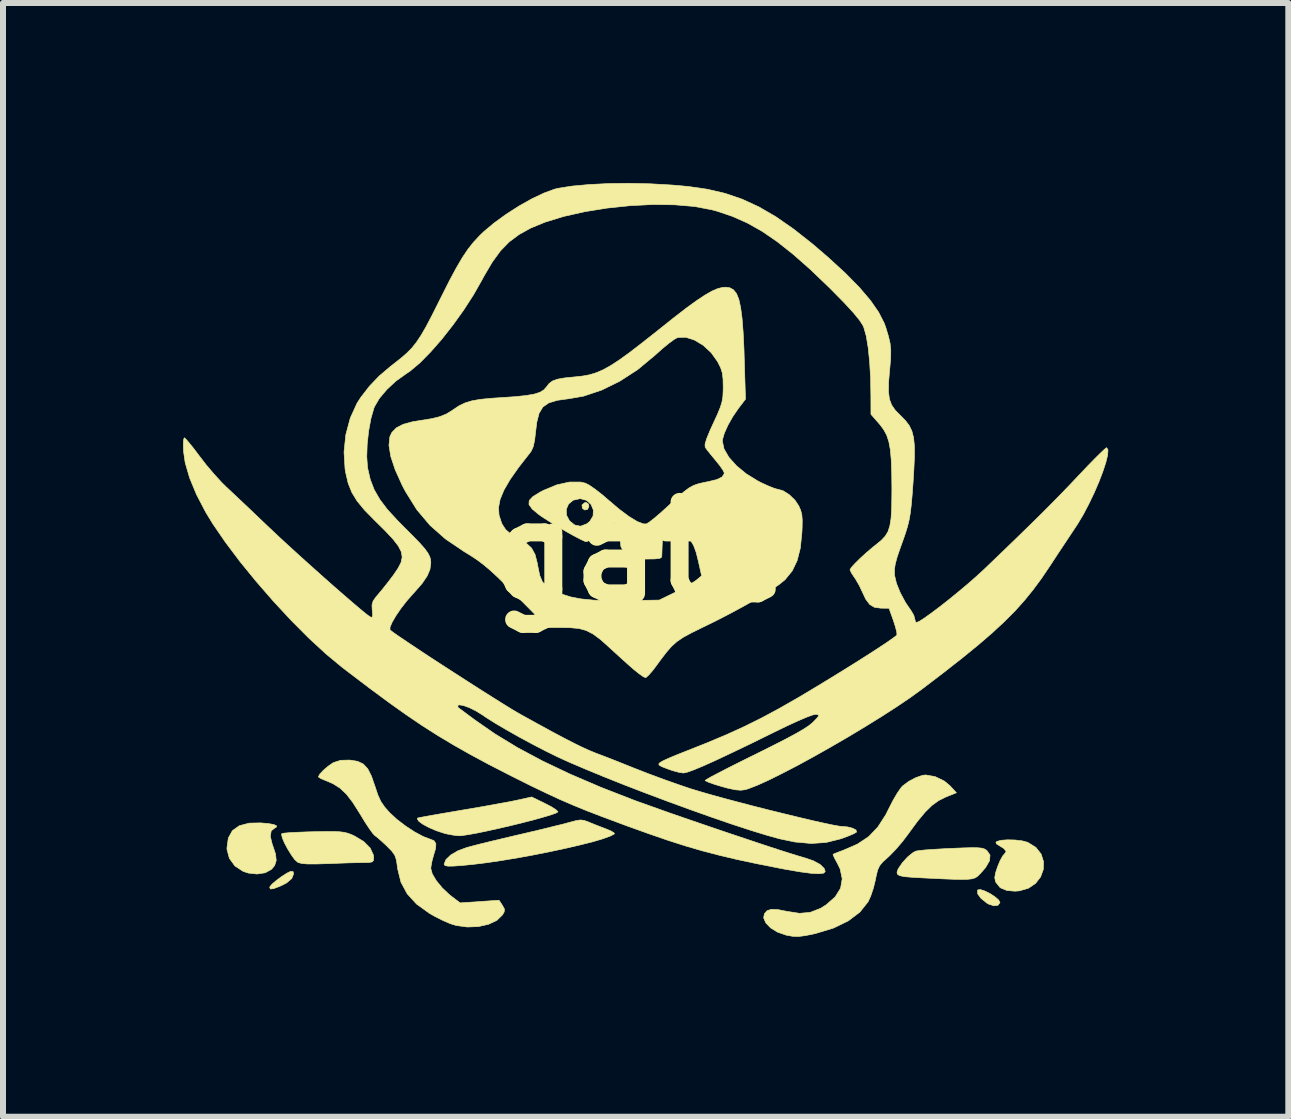
<source format=kicad_pcb>
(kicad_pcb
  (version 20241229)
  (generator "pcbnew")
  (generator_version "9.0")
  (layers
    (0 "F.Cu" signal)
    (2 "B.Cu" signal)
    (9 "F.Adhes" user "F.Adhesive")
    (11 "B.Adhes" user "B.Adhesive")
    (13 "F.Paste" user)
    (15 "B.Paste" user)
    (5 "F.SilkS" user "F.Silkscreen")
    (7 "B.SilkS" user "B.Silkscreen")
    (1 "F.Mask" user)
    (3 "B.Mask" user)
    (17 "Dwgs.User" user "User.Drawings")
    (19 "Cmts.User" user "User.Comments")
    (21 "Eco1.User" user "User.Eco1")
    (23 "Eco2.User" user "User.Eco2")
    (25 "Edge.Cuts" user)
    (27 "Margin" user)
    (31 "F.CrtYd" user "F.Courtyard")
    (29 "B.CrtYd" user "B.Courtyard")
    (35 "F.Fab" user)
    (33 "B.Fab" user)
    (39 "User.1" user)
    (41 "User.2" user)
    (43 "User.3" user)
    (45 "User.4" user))
  (footprint "gate"
    (layer "F.Cu")
    (at 7.622 6.149)
    (property "Reference" "gate" (at 0 0 0) (layer "F.SilkS") (effects (font (size 1.524 1.524) (thickness 0.3))))
    (fp_poly (pts (xy -0.866 -0.799) (xy -0.857 -0.762) (xy -0.88 -0.711) (xy -0.928 -0.7) (xy -0.968 -0.73) (xy -0.973 -0.784) (xy -0.931 -0.821) (xy -0.903 -0.826) (xy -0.866 -0.799)) (stroke (width 0.01) (type solid)) (fill yes) (layer "F.SilkS"))
    (fp_poly (pts (xy -5.779 5.362) (xy -5.81 5.441) (xy -5.9 5.517) (xy -6.009 5.571) (xy -6.111 5.609) (xy -6.165 5.616) (xy -6.177 5.592) (xy -6.173 5.576) (xy -6.137 5.533) (xy -6.065 5.472) (xy -5.977 5.407) (xy -5.891 5.352) (xy -5.834 5.324) (xy -5.789 5.324) (xy -5.779 5.362)) (stroke (width 0.01) (type solid)) (fill yes) (layer "F.SilkS"))
    (fp_poly (pts (xy 5.739 5.649) (xy 5.826 5.692) (xy 5.909 5.746) (xy 5.97 5.799) (xy 5.992 5.841) (xy 5.992 5.842) (xy 5.958 5.887) (xy 5.89 5.895) (xy 5.802 5.867) (xy 5.77 5.848) (xy 5.674 5.77) (xy 5.621 5.697) (xy 5.618 5.64) (xy 5.623 5.631) (xy 5.666 5.625) (xy 5.739 5.649)) (stroke (width 0.01) (type solid)) (fill yes) (layer "F.SilkS"))
    (fp_poly (pts (xy -6.201 4.525) (xy -6.108 4.542) (xy -6.062 4.564) (xy -6.069 4.586) (xy -6.088 4.595) (xy -6.152 4.646) (xy -6.168 4.737) (xy -6.136 4.868) (xy -6.128 4.889) (xy -6.08 5.034) (xy -6.069 5.142) (xy -6.096 5.226) (xy -6.148 5.288) (xy -6.252 5.345) (xy -6.388 5.366) (xy -6.535 5.35) (xy -6.621 5.321) (xy -6.757 5.232) (xy -6.849 5.106) (xy -6.889 4.958) (xy -6.89 4.932) (xy -6.867 4.766) (xy -6.799 4.643) (xy -6.683 4.561) (xy -6.52 4.518) (xy -6.332 4.514) (xy -6.201 4.525)) (stroke (width 0.01) (type solid)) (fill yes) (layer "F.SilkS"))
    (fp_poly (pts (xy 6.242 4.799) (xy 6.361 4.813) (xy 6.452 4.837) (xy 6.454 4.838) (xy 6.591 4.923) (xy 6.678 5.034) (xy 6.718 5.16) (xy 6.714 5.29) (xy 6.669 5.414) (xy 6.585 5.522) (xy 6.466 5.603) (xy 6.313 5.647) (xy 6.238 5.652) (xy 6.105 5.64) (xy 6.009 5.6) (xy 5.989 5.586) (xy 5.919 5.498) (xy 5.905 5.427) (xy 5.918 5.349) (xy 5.951 5.248) (xy 5.993 5.146) (xy 6.037 5.065) (xy 6.068 5.03) (xy 6.095 4.99) (xy 6.059 4.942) (xy 5.996 4.903) (xy 5.934 4.864) (xy 5.925 4.837) (xy 5.941 4.823) (xy 6.009 4.804) (xy 6.117 4.796) (xy 6.242 4.799)) (stroke (width 0.01) (type solid)) (fill yes) (layer "F.SilkS"))
    (fp_poly (pts (xy -5.01 4.662) (xy -4.933 4.672) (xy -4.87 4.688) (xy -4.807 4.713) (xy -4.76 4.735) (xy -4.609 4.826) (xy -4.503 4.933) (xy -4.45 5.048) (xy -4.445 5.093) (xy -4.449 5.141) (xy -4.473 5.165) (xy -4.531 5.174) (xy -4.615 5.175) (xy -4.712 5.177) (xy -4.854 5.18) (xy -5.023 5.186) (xy -5.199 5.193) (xy -5.21 5.193) (xy -5.403 5.199) (xy -5.542 5.199) (xy -5.638 5.191) (xy -5.699 5.176) (xy -5.712 5.169) (xy -5.76 5.126) (xy -5.817 5.047) (xy -5.877 4.95) (xy -5.93 4.851) (xy -5.967 4.764) (xy -5.98 4.706) (xy -5.976 4.693) (xy -5.938 4.685) (xy -5.848 4.677) (xy -5.717 4.67) (xy -5.556 4.664) (xy -5.445 4.661) (xy -5.253 4.658) (xy -5.112 4.658) (xy -5.01 4.662)) (stroke (width 0.01) (type solid)) (fill yes) (layer "F.SilkS"))
    (fp_poly (pts (xy 5.615 4.928) (xy 5.682 4.934) (xy 5.728 4.946) (xy 5.761 4.965) (xy 5.774 4.975) (xy 5.826 5.05) (xy 5.818 5.144) (xy 5.751 5.26) (xy 5.684 5.337) (xy 5.646 5.377) (xy 5.613 5.408) (xy 5.575 5.431) (xy 5.526 5.446) (xy 5.456 5.454) (xy 5.359 5.456) (xy 5.225 5.454) (xy 5.048 5.447) (xy 4.817 5.436) (xy 4.715 5.431) (xy 4.531 5.421) (xy 4.403 5.41) (xy 4.323 5.394) (xy 4.283 5.37) (xy 4.276 5.336) (xy 4.293 5.289) (xy 4.299 5.276) (xy 4.365 5.179) (xy 4.452 5.083) (xy 4.542 5.01) (xy 4.588 4.985) (xy 4.64 4.976) (xy 4.743 4.965) (xy 4.886 4.955) (xy 5.055 4.945) (xy 5.177 4.939) (xy 5.372 4.931) (xy 5.515 4.927) (xy 5.615 4.928)) (stroke (width 0.01) (type solid)) (fill yes) (layer "F.SilkS"))
    (fp_poly (pts (xy -1.588 4.191) (xy -1.484 4.245) (xy -1.409 4.293) (xy -1.375 4.326) (xy -1.375 4.331) (xy -1.409 4.351) (xy -1.496 4.382) (xy -1.624 4.42) (xy -1.785 4.465) (xy -1.968 4.512) (xy -2.164 4.56) (xy -2.362 4.606) (xy -2.552 4.648) (xy -2.725 4.684) (xy -2.87 4.71) (xy -2.977 4.726) (xy -3.024 4.729) (xy -3.121 4.718) (xy -3.237 4.696) (xy -3.27 4.687) (xy -3.401 4.644) (xy -3.522 4.592) (xy -3.623 4.538) (xy -3.692 4.488) (xy -3.718 4.448) (xy -3.711 4.433) (xy -3.678 4.425) (xy -3.591 4.409) (xy -3.459 4.385) (xy -3.292 4.356) (xy -3.099 4.323) (xy -3 4.306) (xy -2.779 4.269) (xy -2.563 4.231) (xy -2.366 4.195) (xy -2.2 4.165) (xy -2.08 4.141) (xy -2.057 4.136) (xy -1.812 4.082) (xy -1.588 4.191)) (stroke (width 0.01) (type solid)) (fill yes) (layer "F.SilkS"))
    (fp_poly (pts (xy -0.937 4.473) (xy -0.865 4.499) (xy -0.849 4.506) (xy -0.733 4.553) (xy -0.602 4.603) (xy -0.561 4.619) (xy -0.48 4.654) (xy -0.436 4.684) (xy -0.434 4.698) (xy -0.502 4.734) (xy -0.624 4.778) (xy -0.792 4.828) (xy -0.998 4.88) (xy -1.234 4.935) (xy -1.49 4.99) (xy -1.759 5.044) (xy -2.032 5.094) (xy -2.301 5.139) (xy -2.557 5.177) (xy -2.792 5.206) (xy -2.977 5.224) (xy -3.116 5.234) (xy -3.204 5.235) (xy -3.251 5.227) (xy -3.269 5.21) (xy -3.27 5.2) (xy -3.241 5.126) (xy -3.161 5.049) (xy -3.041 4.979) (xy -2.893 4.924) (xy -2.892 4.924) (xy -2.796 4.898) (xy -2.652 4.861) (xy -2.472 4.817) (xy -2.27 4.769) (xy -2.06 4.719) (xy -2.032 4.713) (xy -1.823 4.664) (xy -1.621 4.616) (xy -1.44 4.571) (xy -1.292 4.535) (xy -1.192 4.508) (xy -1.182 4.505) (xy -1.072 4.476) (xy -0.998 4.465) (xy -0.937 4.473)) (stroke (width 0.01) (type solid)) (fill yes) (layer "F.SilkS"))
    (fp_poly (pts (xy 4.912 3.743) (xy 5.065 3.817) (xy 5.161 3.898) (xy 5.266 4.012) (xy 5.086 4.084) (xy 4.97 4.142) (xy 4.859 4.222) (xy 4.745 4.334) (xy 4.619 4.485) (xy 4.473 4.684) (xy 4.466 4.694) (xy 4.367 4.825) (xy 4.256 4.955) (xy 4.153 5.061) (xy 4.127 5.085) (xy 4.04 5.163) (xy 3.987 5.227) (xy 3.953 5.3) (xy 3.928 5.404) (xy 3.917 5.461) (xy 3.883 5.599) (xy 3.838 5.733) (xy 3.794 5.829) (xy 3.657 6.001) (xy 3.464 6.147) (xy 3.217 6.267) (xy 2.919 6.357) (xy 2.899 6.362) (xy 2.747 6.393) (xy 2.634 6.407) (xy 2.538 6.404) (xy 2.437 6.386) (xy 2.424 6.383) (xy 2.284 6.334) (xy 2.17 6.264) (xy 2.09 6.181) (xy 2.054 6.097) (xy 2.066 6.029) (xy 2.111 5.977) (xy 2.183 5.954) (xy 2.292 5.959) (xy 2.445 5.989) (xy 2.651 6.021) (xy 2.83 6.005) (xy 3 5.939) (xy 3.095 5.88) (xy 3.246 5.747) (xy 3.336 5.602) (xy 3.363 5.446) (xy 3.328 5.281) (xy 3.282 5.187) (xy 3.238 5.106) (xy 3.213 5.051) (xy 3.211 5.037) (xy 3.245 5.022) (xy 3.32 4.993) (xy 3.381 4.97) (xy 3.616 4.868) (xy 3.804 4.743) (xy 3.957 4.583) (xy 4.089 4.378) (xy 4.143 4.27) (xy 4.211 4.137) (xy 4.282 4.016) (xy 4.344 3.927) (xy 4.369 3.899) (xy 4.469 3.824) (xy 4.587 3.761) (xy 4.7 3.722) (xy 4.754 3.715) (xy 4.912 3.743)) (stroke (width 0.01) (type solid)) (fill yes) (layer "F.SilkS"))
    (fp_poly (pts (xy -4.836 3.468) (xy -4.712 3.488) (xy -4.618 3.533) (xy -4.544 3.612) (xy -4.482 3.735) (xy -4.424 3.902) (xy -4.375 4.049) (xy -4.325 4.158) (xy -4.261 4.251) (xy -4.18 4.343) (xy -4.06 4.454) (xy -3.915 4.565) (xy -3.762 4.665) (xy -3.62 4.741) (xy -3.514 4.781) (xy -3.44 4.81) (xy -3.408 4.861) (xy -3.414 4.945) (xy -3.442 5.037) (xy -3.472 5.145) (xy -3.49 5.243) (xy -3.493 5.274) (xy -3.468 5.365) (xy -3.401 5.477) (xy -3.302 5.598) (xy -3.181 5.712) (xy -3.144 5.741) (xy -3.004 5.847) (xy -2.356 5.803) (xy -2.301 5.886) (xy -2.266 5.95) (xy -2.27 5.998) (xy -2.299 6.048) (xy -2.393 6.139) (xy -2.532 6.204) (xy -2.701 6.242) (xy -2.885 6.249) (xy -3.069 6.224) (xy -3.167 6.194) (xy -3.288 6.142) (xy -3.425 6.073) (xy -3.516 6.021) (xy -3.73 5.867) (xy -3.886 5.696) (xy -3.99 5.503) (xy -4.046 5.278) (xy -4.05 5.243) (xy -4.066 5.133) (xy -4.092 5.055) (xy -4.14 4.987) (xy -4.223 4.902) (xy -4.228 4.897) (xy -4.314 4.817) (xy -4.387 4.754) (xy -4.429 4.722) (xy -4.462 4.686) (xy -4.519 4.607) (xy -4.592 4.496) (xy -4.672 4.364) (xy -4.674 4.361) (xy -4.793 4.173) (xy -4.9 4.034) (xy -5.008 3.933) (xy -5.126 3.859) (xy -5.247 3.808) (xy -5.322 3.777) (xy -5.363 3.75) (xy -5.366 3.745) (xy -5.342 3.7) (xy -5.282 3.636) (xy -5.203 3.569) (xy -5.123 3.514) (xy -5.111 3.508) (xy -4.996 3.471) (xy -4.851 3.467) (xy -4.836 3.468)) (stroke (width 0.01) (type solid)) (fill yes) (layer "F.SilkS"))
    (fp_poly (pts (xy 1.491 -4.403) (xy 1.551 -4.37) (xy 1.601 -4.307) (xy 1.64 -4.211) (xy 1.67 -4.075) (xy 1.694 -3.894) (xy 1.712 -3.663) (xy 1.726 -3.377) (xy 1.731 -3.202) (xy 1.751 -2.547) (xy 1.633 -2.393) (xy 1.54 -2.257) (xy 1.459 -2.114) (xy 1.399 -1.981) (xy 1.368 -1.874) (xy 1.366 -1.846) (xy 1.394 -1.717) (xy 1.475 -1.578) (xy 1.601 -1.437) (xy 1.764 -1.303) (xy 1.955 -1.185) (xy 2.015 -1.154) (xy 2.127 -1.103) (xy 2.219 -1.066) (xy 2.276 -1.048) (xy 2.281 -1.048) (xy 2.375 -1.022) (xy 2.48 -0.956) (xy 2.576 -0.864) (xy 2.639 -0.769) (xy 2.671 -0.695) (xy 2.69 -0.621) (xy 2.697 -0.53) (xy 2.695 -0.404) (xy 2.691 -0.323) (xy 2.665 -0.065) (xy 2.612 0.143) (xy 2.531 0.313) (xy 2.416 0.455) (xy 2.405 0.466) (xy 2.31 0.543) (xy 2.165 0.642) (xy 1.979 0.756) (xy 1.76 0.881) (xy 1.517 1.013) (xy 1.258 1.147) (xy 1.035 1.256) (xy 0.854 1.345) (xy 0.717 1.419) (xy 0.61 1.491) (xy 0.52 1.571) (xy 0.432 1.672) (xy 0.332 1.803) (xy 0.287 1.865) (xy 0.21 1.968) (xy 0.143 2.046) (xy 0.096 2.089) (xy 0.085 2.094) (xy 0.043 2.074) (xy -0.03 2.022) (xy -0.108 1.959) (xy -0.201 1.878) (xy -0.321 1.77) (xy -0.448 1.654) (xy -0.513 1.594) (xy -0.663 1.46) (xy -0.788 1.367) (xy -0.904 1.307) (xy -1.028 1.274) (xy -1.174 1.261) (xy -1.27 1.259) (xy -1.54 1.258) (xy -2.064 0.73) (xy -2.242 0.552) (xy -2.386 0.412) (xy -2.507 0.301) (xy -2.613 0.212) (xy -2.715 0.135) (xy -2.823 0.063) (xy -2.937 -0.007) (xy -3.248 -0.217) (xy -3.506 -0.445) (xy -3.725 -0.704) (xy -3.748 -0.741) (xy -2.364 -0.741) (xy -2.356 -0.615) (xy -2.316 -0.491) (xy -2.302 -0.46) (xy -2.245 -0.373) (xy -2.161 -0.301) (xy -2.049 -0.236) (xy -1.909 -0.153) (xy -1.815 -0.067) (xy -1.756 0.04) (xy -1.718 0.187) (xy -1.709 0.239) (xy -1.678 0.389) (xy -1.635 0.493) (xy -1.568 0.568) (xy -1.468 0.631) (xy -1.456 0.637) (xy -1.312 0.701) (xy -1.159 0.749) (xy -0.986 0.782) (xy -0.782 0.802) (xy -0.535 0.811) (xy -0.28 0.81) (xy 0.314 0.801) (xy 0.578 0.672) (xy 0.707 0.605) (xy 0.824 0.539) (xy 0.91 0.485) (xy 0.931 0.47) (xy 1.02 0.396) (xy 0.967 0.158) (xy 0.929 0.006) (xy 0.887 -0.108) (xy 0.829 -0.206) (xy 0.743 -0.313) (xy 0.708 -0.352) (xy 0.604 -0.445) (xy 0.515 -0.478) (xy 0.445 -0.451) (xy 0.396 -0.365) (xy 0.368 -0.223) (xy 0.364 -0.143) (xy 0.36 -0.035) (xy 0.357 0.05) (xy 0.354 0.085) (xy 0.325 0.105) (xy 0.242 0.115) (xy 0.1 0.117) (xy 0.073 0.117) (xy -0.06 0.113) (xy -0.146 0.106) (xy -0.199 0.09) (xy -0.236 0.06) (xy -0.272 0.011) (xy -0.276 0.004) (xy -0.326 -0.093) (xy -0.334 -0.19) (xy -0.33 -0.222) (xy -0.325 -0.354) (xy -0.359 -0.438) (xy -0.424 -0.473) (xy -0.515 -0.457) (xy -0.626 -0.388) (xy -0.706 -0.316) (xy -0.81 -0.22) (xy -0.883 -0.176) (xy -0.917 -0.174) (xy -0.996 -0.211) (xy -1.113 -0.272) (xy -1.252 -0.35) (xy -1.398 -0.436) (xy -1.534 -0.519) (xy -1.647 -0.592) (xy -1.7 -0.63) (xy -1.797 -0.712) (xy -1.235 -0.712) (xy -1.231 -0.613) (xy -1.181 -0.519) (xy -1.095 -0.45) (xy -0.997 -0.43) (xy -0.893 -0.47) (xy -0.844 -0.51) (xy -0.789 -0.6) (xy -0.784 -0.7) (xy -0.822 -0.792) (xy -0.897 -0.861) (xy -1.001 -0.889) (xy -1.005 -0.889) (xy -1.119 -0.864) (xy -1.197 -0.8) (xy -1.235 -0.712) (xy -1.797 -0.712) (xy -1.805 -0.719) (xy -1.857 -0.792) (xy -1.853 -0.858) (xy -1.793 -0.923) (xy -1.673 -0.997) (xy -1.618 -1.026) (xy -1.393 -1.119) (xy -1.183 -1.166) (xy -0.998 -1.166) (xy -0.916 -1.147) (xy -0.848 -1.111) (xy -0.748 -1.042) (xy -0.632 -0.951) (xy -0.538 -0.87) (xy -0.352 -0.712) (xy -0.188 -0.59) (xy -0.053 -0.508) (xy 0.05 -0.469) (xy 0.099 -0.468) (xy 0.144 -0.495) (xy 0.224 -0.557) (xy 0.329 -0.646) (xy 0.449 -0.754) (xy 0.481 -0.784) (xy 0.62 -0.913) (xy 0.726 -1.005) (xy 0.81 -1.068) (xy 0.887 -1.11) (xy 0.969 -1.138) (xy 1.068 -1.161) (xy 1.127 -1.172) (xy 1.272 -1.207) (xy 1.359 -1.249) (xy 1.395 -1.302) (xy 1.397 -1.319) (xy 1.377 -1.362) (xy 1.326 -1.437) (xy 1.254 -1.526) (xy 1.252 -1.529) (xy 1.175 -1.622) (xy 1.112 -1.7) (xy 1.079 -1.748) (xy 1.077 -1.798) (xy 1.105 -1.891) (xy 1.163 -2.032) (xy 1.215 -2.145) (xy 1.285 -2.297) (xy 1.331 -2.409) (xy 1.359 -2.5) (xy 1.374 -2.586) (xy 1.379 -2.686) (xy 1.38 -2.746) (xy 1.377 -2.884) (xy 1.365 -2.984) (xy 1.338 -3.069) (xy 1.29 -3.165) (xy 1.286 -3.173) (xy 1.18 -3.321) (xy 1.048 -3.444) (xy 0.901 -3.532) (xy 0.755 -3.579) (xy 0.621 -3.575) (xy 0.567 -3.546) (xy 0.479 -3.482) (xy 0.369 -3.392) (xy 0.248 -3.284) (xy 0.233 -3.271) (xy -0.045 -3.04) (xy -0.343 -2.847) (xy -0.647 -2.698) (xy -0.949 -2.597) (xy -1.191 -2.555) (xy -1.386 -2.528) (xy -1.527 -2.485) (xy -1.625 -2.417) (xy -1.688 -2.313) (xy -1.726 -2.166) (xy -1.745 -2.015) (xy -1.763 -1.86) (xy -1.787 -1.753) (xy -1.821 -1.679) (xy -1.838 -1.656) (xy -2.027 -1.414) (xy -2.172 -1.208) (xy -2.274 -1.032) (xy -2.338 -0.878) (xy -2.364 -0.741) (xy -3.748 -0.741) (xy -3.914 -1.007) (xy -3.969 -1.111) (xy -4.086 -1.37) (xy -4.16 -1.593) (xy -4.19 -1.778) (xy -4.175 -1.922) (xy -4.141 -1.993) (xy -4.066 -2.07) (xy -3.954 -2.128) (xy -3.796 -2.171) (xy -3.661 -2.193) (xy -3.479 -2.222) (xy -3.342 -2.256) (xy -3.234 -2.3) (xy -3.136 -2.36) (xy -3.119 -2.372) (xy -3.023 -2.436) (xy -2.924 -2.484) (xy -2.81 -2.519) (xy -2.669 -2.544) (xy -2.487 -2.562) (xy -2.319 -2.573) (xy -2.084 -2.589) (xy -1.904 -2.608) (xy -1.771 -2.631) (xy -1.676 -2.661) (xy -1.611 -2.7) (xy -1.567 -2.749) (xy -1.52 -2.809) (xy -1.463 -2.851) (xy -1.382 -2.88) (xy -1.264 -2.901) (xy -1.096 -2.918) (xy -1.094 -2.918) (xy -0.966 -2.932) (xy -0.85 -2.953) (xy -0.738 -2.987) (xy -0.623 -3.036) (xy -0.498 -3.105) (xy -0.355 -3.198) (xy -0.187 -3.319) (xy 0.012 -3.472) (xy 0.252 -3.661) (xy 0.308 -3.706) (xy 0.557 -3.904) (xy 0.764 -4.064) (xy 0.935 -4.188) (xy 1.075 -4.281) (xy 1.19 -4.347) (xy 1.285 -4.388) (xy 1.366 -4.409) (xy 1.419 -4.413) (xy 1.491 -4.403)) (stroke (width 0.01) (type solid)) (fill yes) (layer "F.SilkS"))
    (fp_poly (pts (xy 0.169 -6.136) (xy 0.52 -6.116) (xy 0.794 -6.092) (xy 1.113 -6.046) (xy 1.411 -5.977) (xy 1.695 -5.88) (xy 1.975 -5.751) (xy 2.259 -5.586) (xy 2.555 -5.38) (xy 2.872 -5.13) (xy 3.127 -4.911) (xy 3.415 -4.647) (xy 3.649 -4.409) (xy 3.833 -4.193) (xy 3.97 -3.996) (xy 4.064 -3.812) (xy 4.09 -3.739) (xy 4.134 -3.593) (xy 4.161 -3.476) (xy 4.172 -3.365) (xy 4.171 -3.238) (xy 4.157 -3.074) (xy 4.153 -3.035) (xy 4.136 -2.828) (xy 4.134 -2.669) (xy 4.15 -2.547) (xy 4.187 -2.449) (xy 4.248 -2.361) (xy 4.337 -2.271) (xy 4.418 -2.189) (xy 4.48 -2.107) (xy 4.524 -2.016) (xy 4.552 -1.907) (xy 4.566 -1.77) (xy 4.567 -1.596) (xy 4.557 -1.375) (xy 4.545 -1.176) (xy 4.529 -0.956) (xy 4.514 -0.786) (xy 4.498 -0.65) (xy 4.478 -0.534) (xy 4.451 -0.423) (xy 4.414 -0.304) (xy 4.364 -0.162) (xy 4.334 -0.079) (xy 4.279 0.081) (xy 4.247 0.2) (xy 4.233 0.294) (xy 4.235 0.382) (xy 4.236 0.392) (xy 4.267 0.523) (xy 4.331 0.68) (xy 4.418 0.842) (xy 4.513 0.981) (xy 4.556 1.055) (xy 4.572 1.116) (xy 4.585 1.165) (xy 4.601 1.175) (xy 4.648 1.155) (xy 4.734 1.1) (xy 4.851 1.016) (xy 4.991 0.911) (xy 5.145 0.79) (xy 5.304 0.66) (xy 5.461 0.528) (xy 5.606 0.401) (xy 5.732 0.285) (xy 5.736 0.281) (xy 6.028 0.001) (xy 6.28 -0.243) (xy 6.499 -0.456) (xy 6.691 -0.645) (xy 6.862 -0.817) (xy 7.02 -0.978) (xy 7.17 -1.134) (xy 7.32 -1.293) (xy 7.322 -1.294) (xy 7.453 -1.433) (xy 7.571 -1.554) (xy 7.668 -1.65) (xy 7.736 -1.714) (xy 7.769 -1.739) (xy 7.77 -1.739) (xy 7.792 -1.7) (xy 7.786 -1.615) (xy 7.756 -1.492) (xy 7.706 -1.34) (xy 7.64 -1.167) (xy 7.561 -0.984) (xy 7.472 -0.799) (xy 7.378 -0.62) (xy 7.28 -0.457) (xy 7.246 -0.406) (xy 7.171 -0.293) (xy 7.072 -0.144) (xy 6.961 0.023) (xy 6.85 0.193) (xy 6.82 0.238) (xy 6.683 0.441) (xy 6.544 0.629) (xy 6.398 0.809) (xy 6.24 0.985) (xy 6.062 1.163) (xy 5.861 1.349) (xy 5.63 1.548) (xy 5.363 1.766) (xy 5.054 2.008) (xy 4.699 2.279) (xy 4.683 2.291) (xy 4.492 2.429) (xy 4.266 2.582) (xy 4.014 2.744) (xy 3.743 2.912) (xy 3.46 3.082) (xy 3.174 3.248) (xy 2.891 3.408) (xy 2.62 3.556) (xy 2.367 3.687) (xy 2.142 3.799) (xy 1.95 3.886) (xy 1.8 3.944) (xy 1.748 3.96) (xy 1.673 3.97) (xy 1.58 3.962) (xy 1.454 3.935) (xy 1.359 3.909) (xy 1.236 3.872) (xy 1.141 3.839) (xy 1.087 3.814) (xy 1.079 3.806) (xy 1.107 3.787) (xy 1.184 3.743) (xy 1.305 3.68) (xy 1.461 3.599) (xy 1.646 3.506) (xy 1.853 3.403) (xy 1.915 3.373) (xy 2.189 3.236) (xy 2.411 3.123) (xy 2.585 3.03) (xy 2.716 2.954) (xy 2.81 2.892) (xy 2.871 2.842) (xy 2.874 2.839) (xy 2.943 2.768) (xy 2.971 2.73) (xy 2.962 2.712) (xy 2.926 2.704) (xy 2.872 2.715) (xy 2.768 2.753) (xy 2.619 2.817) (xy 2.432 2.903) (xy 2.212 3.01) (xy 2.212 3.01) (xy 1.84 3.193) (xy 1.523 3.345) (xy 1.26 3.469) (xy 1.049 3.564) (xy 0.888 3.631) (xy 0.778 3.67) (xy 0.717 3.683) (xy 0.644 3.672) (xy 0.539 3.644) (xy 0.456 3.615) (xy 0.358 3.577) (xy 0.312 3.551) (xy 0.307 3.528) (xy 0.334 3.504) (xy 0.387 3.475) (xy 0.484 3.431) (xy 0.612 3.378) (xy 0.728 3.332) (xy 1.101 3.184) (xy 1.43 3.046) (xy 1.731 2.909) (xy 2.023 2.764) (xy 2.32 2.604) (xy 2.641 2.42) (xy 2.834 2.305) (xy 3.085 2.153) (xy 3.328 2.004) (xy 3.555 1.863) (xy 3.762 1.732) (xy 3.942 1.616) (xy 4.089 1.519) (xy 4.197 1.444) (xy 4.261 1.396) (xy 4.275 1.38) (xy 4.272 1.334) (xy 4.25 1.248) (xy 4.216 1.141) (xy 4.143 0.937) (xy 4.008 0.936) (xy 3.902 0.922) (xy 3.822 0.875) (xy 3.755 0.786) (xy 3.699 0.667) (xy 3.646 0.555) (xy 3.584 0.449) (xy 3.566 0.423) (xy 3.519 0.352) (xy 3.494 0.301) (xy 3.493 0.295) (xy 3.515 0.258) (xy 3.575 0.192) (xy 3.661 0.107) (xy 3.763 0.014) (xy 3.867 -0.075) (xy 3.93 -0.125) (xy 4.015 -0.195) (xy 4.079 -0.263) (xy 4.126 -0.34) (xy 4.157 -0.436) (xy 4.177 -0.561) (xy 4.187 -0.725) (xy 4.19 -0.937) (xy 4.191 -1.054) (xy 4.188 -1.322) (xy 4.18 -1.536) (xy 4.165 -1.705) (xy 4.14 -1.839) (xy 4.104 -1.948) (xy 4.054 -2.04) (xy 3.99 -2.126) (xy 3.973 -2.145) (xy 3.842 -2.295) (xy 3.841 -2.6) (xy 3.836 -2.897) (xy 3.82 -3.168) (xy 3.796 -3.404) (xy 3.764 -3.598) (xy 3.724 -3.739) (xy 3.71 -3.773) (xy 3.652 -3.863) (xy 3.547 -3.991) (xy 3.393 -4.158) (xy 3.19 -4.364) (xy 3.145 -4.409) (xy 2.831 -4.71) (xy 2.545 -4.962) (xy 2.28 -5.172) (xy 2.029 -5.344) (xy 1.784 -5.482) (xy 1.537 -5.592) (xy 1.283 -5.678) (xy 1.191 -5.703) (xy 0.904 -5.758) (xy 0.573 -5.786) (xy 0.212 -5.791) (xy -0.167 -5.772) (xy -0.55 -5.732) (xy -0.925 -5.672) (xy -1.276 -5.593) (xy -1.592 -5.496) (xy -1.829 -5.398) (xy -2.022 -5.291) (xy -2.187 -5.168) (xy -2.332 -5.019) (xy -2.469 -4.831) (xy -2.608 -4.595) (xy -2.636 -4.542) (xy -2.779 -4.29) (xy -2.944 -4.034) (xy -3.124 -3.783) (xy -3.31 -3.546) (xy -3.496 -3.334) (xy -3.673 -3.154) (xy -3.834 -3.018) (xy -3.905 -2.97) (xy -4.073 -2.85) (xy -4.226 -2.708) (xy -4.351 -2.559) (xy -4.433 -2.419) (xy -4.441 -2.398) (xy -4.491 -2.224) (xy -4.529 -2.016) (xy -4.553 -1.796) (xy -4.56 -1.588) (xy -4.548 -1.413) (xy -4.545 -1.395) (xy -4.502 -1.209) (xy -4.437 -1.04) (xy -4.343 -0.876) (xy -4.214 -0.706) (xy -4.041 -0.518) (xy -3.955 -0.431) (xy -3.797 -0.273) (xy -3.678 -0.151) (xy -3.595 -0.057) (xy -3.541 0.018) (xy -3.509 0.08) (xy -3.495 0.137) (xy -3.493 0.184) (xy -3.507 0.29) (xy -3.553 0.399) (xy -3.637 0.523) (xy -3.766 0.671) (xy -3.792 0.699) (xy -3.894 0.815) (xy -3.99 0.939) (xy -4.073 1.06) (xy -4.136 1.168) (xy -4.172 1.25) (xy -4.173 1.297) (xy -4.171 1.3) (xy -4.119 1.34) (xy -4.02 1.409) (xy -3.882 1.502) (xy -3.713 1.615) (xy -3.521 1.742) (xy -3.312 1.878) (xy -3.094 2.019) (xy -2.875 2.16) (xy -2.662 2.296) (xy -2.463 2.422) (xy -2.284 2.534) (xy -2.135 2.626) (xy -2.021 2.693) (xy -1.984 2.714) (xy -1.699 2.871) (xy -1.461 3.001) (xy -1.265 3.105) (xy -1.104 3.188) (xy -0.971 3.253) (xy -0.859 3.304) (xy -0.762 3.344) (xy -0.74 3.353) (xy -0.631 3.394) (xy -0.481 3.452) (xy -0.307 3.521) (xy -0.125 3.594) (xy -0.064 3.618) (xy 0.147 3.7) (xy 0.387 3.789) (xy 0.627 3.874) (xy 0.84 3.946) (xy 0.853 3.95) (xy 1.002 3.995) (xy 1.189 4.049) (xy 1.407 4.109) (xy 1.645 4.172) (xy 1.897 4.238) (xy 2.154 4.303) (xy 2.406 4.365) (xy 2.646 4.423) (xy 2.864 4.475) (xy 3.053 4.517) (xy 3.204 4.549) (xy 3.309 4.568) (xy 3.35 4.572) (xy 3.452 4.581) (xy 3.538 4.603) (xy 3.593 4.633) (xy 3.602 4.664) (xy 3.598 4.67) (xy 3.554 4.695) (xy 3.467 4.732) (xy 3.354 4.774) (xy 3.336 4.78) (xy 3.095 4.84) (xy 2.845 4.857) (xy 2.571 4.832) (xy 2.319 4.779) (xy 2.102 4.719) (xy 1.836 4.637) (xy 1.53 4.537) (xy 1.195 4.422) (xy 0.84 4.296) (xy 0.473 4.162) (xy 0.105 4.024) (xy -0.254 3.886) (xy -0.596 3.75) (xy -0.911 3.62) (xy -1.19 3.501) (xy -1.381 3.414) (xy -1.578 3.317) (xy -1.794 3.205) (xy -2.016 3.085) (xy -2.229 2.965) (xy -2.419 2.853) (xy -2.573 2.756) (xy -2.628 2.718) (xy -2.737 2.65) (xy -2.85 2.594) (xy -2.949 2.558) (xy -3.019 2.547) (xy -3.041 2.554) (xy -3.041 2.588) (xy -3.03 2.597) (xy -2.992 2.625) (xy -2.917 2.681) (xy -2.816 2.756) (xy -2.761 2.797) (xy -2.424 3.031) (xy -2.049 3.259) (xy -1.632 3.482) (xy -1.169 3.702) (xy -0.656 3.922) (xy -0.088 4.143) (xy 0.492 4.35) (xy 0.834 4.468) (xy 1.167 4.582) (xy 1.485 4.69) (xy 1.781 4.789) (xy 2.05 4.879) (xy 2.285 4.956) (xy 2.479 5.018) (xy 2.627 5.064) (xy 2.722 5.092) (xy 2.73 5.094) (xy 2.879 5.144) (xy 2.994 5.206) (xy 3.063 5.274) (xy 3.08 5.324) (xy 3.055 5.351) (xy 2.98 5.361) (xy 2.852 5.355) (xy 2.669 5.331) (xy 2.428 5.29) (xy 2.302 5.266) (xy 1.935 5.193) (xy 1.611 5.124) (xy 1.316 5.054) (xy 1.036 4.981) (xy 0.757 4.9) (xy 0.466 4.807) (xy 0.149 4.698) (xy -0.208 4.57) (xy -0.343 4.52) (xy -0.638 4.41) (xy -0.893 4.312) (xy -1.125 4.217) (xy -1.347 4.121) (xy -1.575 4.015) (xy -1.825 3.895) (xy -2.111 3.752) (xy -2.2 3.707) (xy -2.531 3.537) (xy -2.83 3.376) (xy -3.108 3.219) (xy -3.375 3.059) (xy -3.639 2.891) (xy -3.91 2.707) (xy -4.198 2.502) (xy -4.512 2.27) (xy -4.862 2.004) (xy -4.978 1.915) (xy -5.242 1.696) (xy -5.526 1.434) (xy -5.82 1.139) (xy -6.115 0.821) (xy -6.402 0.491) (xy -6.672 0.16) (xy -6.915 -0.163) (xy -7.123 -0.466) (xy -7.244 -0.664) (xy -7.397 -0.957) (xy -7.512 -1.235) (xy -7.586 -1.489) (xy -7.613 -1.675) (xy -7.617 -1.786) (xy -7.613 -1.868) (xy -7.602 -1.903) (xy -7.6 -1.904) (xy -7.572 -1.879) (xy -7.515 -1.813) (xy -7.437 -1.716) (xy -7.35 -1.6) (xy -7.235 -1.451) (xy -7.103 -1.296) (xy -6.976 -1.157) (xy -6.906 -1.088) (xy -6.814 -1.002) (xy -6.687 -0.882) (xy -6.536 -0.74) (xy -6.373 -0.584) (xy -6.207 -0.426) (xy -6.175 -0.396) (xy -6.031 -0.26) (xy -5.864 -0.106) (xy -5.683 0.059) (xy -5.494 0.229) (xy -5.304 0.399) (xy -5.119 0.563) (xy -4.946 0.714) (xy -4.792 0.847) (xy -4.663 0.956) (xy -4.567 1.035) (xy -4.509 1.077) (xy -4.505 1.08) (xy -4.474 1.09) (xy -4.462 1.065) (xy -4.466 0.992) (xy -4.469 0.971) (xy -4.473 0.883) (xy -4.454 0.816) (xy -4.403 0.744) (xy -4.374 0.711) (xy -4.299 0.621) (xy -4.207 0.505) (xy -4.117 0.387) (xy -4.116 0.385) (xy -4.039 0.272) (xy -3.989 0.175) (xy -3.97 0.086) (xy -3.984 -0.003) (xy -4.035 -0.102) (xy -4.125 -0.218) (xy -4.258 -0.359) (xy -4.431 -0.53) (xy -4.599 -0.701) (xy -4.722 -0.851) (xy -4.809 -0.994) (xy -4.87 -1.146) (xy -4.911 -1.321) (xy -4.922 -1.386) (xy -4.939 -1.667) (xy -4.909 -1.955) (xy -4.835 -2.232) (xy -4.722 -2.48) (xy -4.659 -2.578) (xy -4.512 -2.767) (xy -4.353 -2.933) (xy -4.161 -3.096) (xy -4.094 -3.148) (xy -3.984 -3.235) (xy -3.891 -3.316) (xy -3.809 -3.399) (xy -3.733 -3.494) (xy -3.657 -3.608) (xy -3.574 -3.751) (xy -3.479 -3.931) (xy -3.366 -4.156) (xy -3.312 -4.264) (xy -3.181 -4.524) (xy -3.068 -4.734) (xy -2.968 -4.905) (xy -2.874 -5.045) (xy -2.779 -5.165) (xy -2.678 -5.273) (xy -2.612 -5.337) (xy -2.439 -5.482) (xy -2.238 -5.628) (xy -2.024 -5.765) (xy -1.809 -5.886) (xy -1.607 -5.982) (xy -1.433 -6.046) (xy -1.375 -6.061) (xy -1.139 -6.098) (xy -0.853 -6.124) (xy -0.531 -6.14) (xy -0.186 -6.144) (xy 0.169 -6.136)) (stroke (width 0.01) (type solid)) (fill yes) (layer "F.SilkS")))
  (gr_rect
    (start -3 -3)
    (end 18.419 15.56)
    (stroke (width 0.1) (type default))
    (fill no)
    (layer "Edge.Cuts")))
</source>
